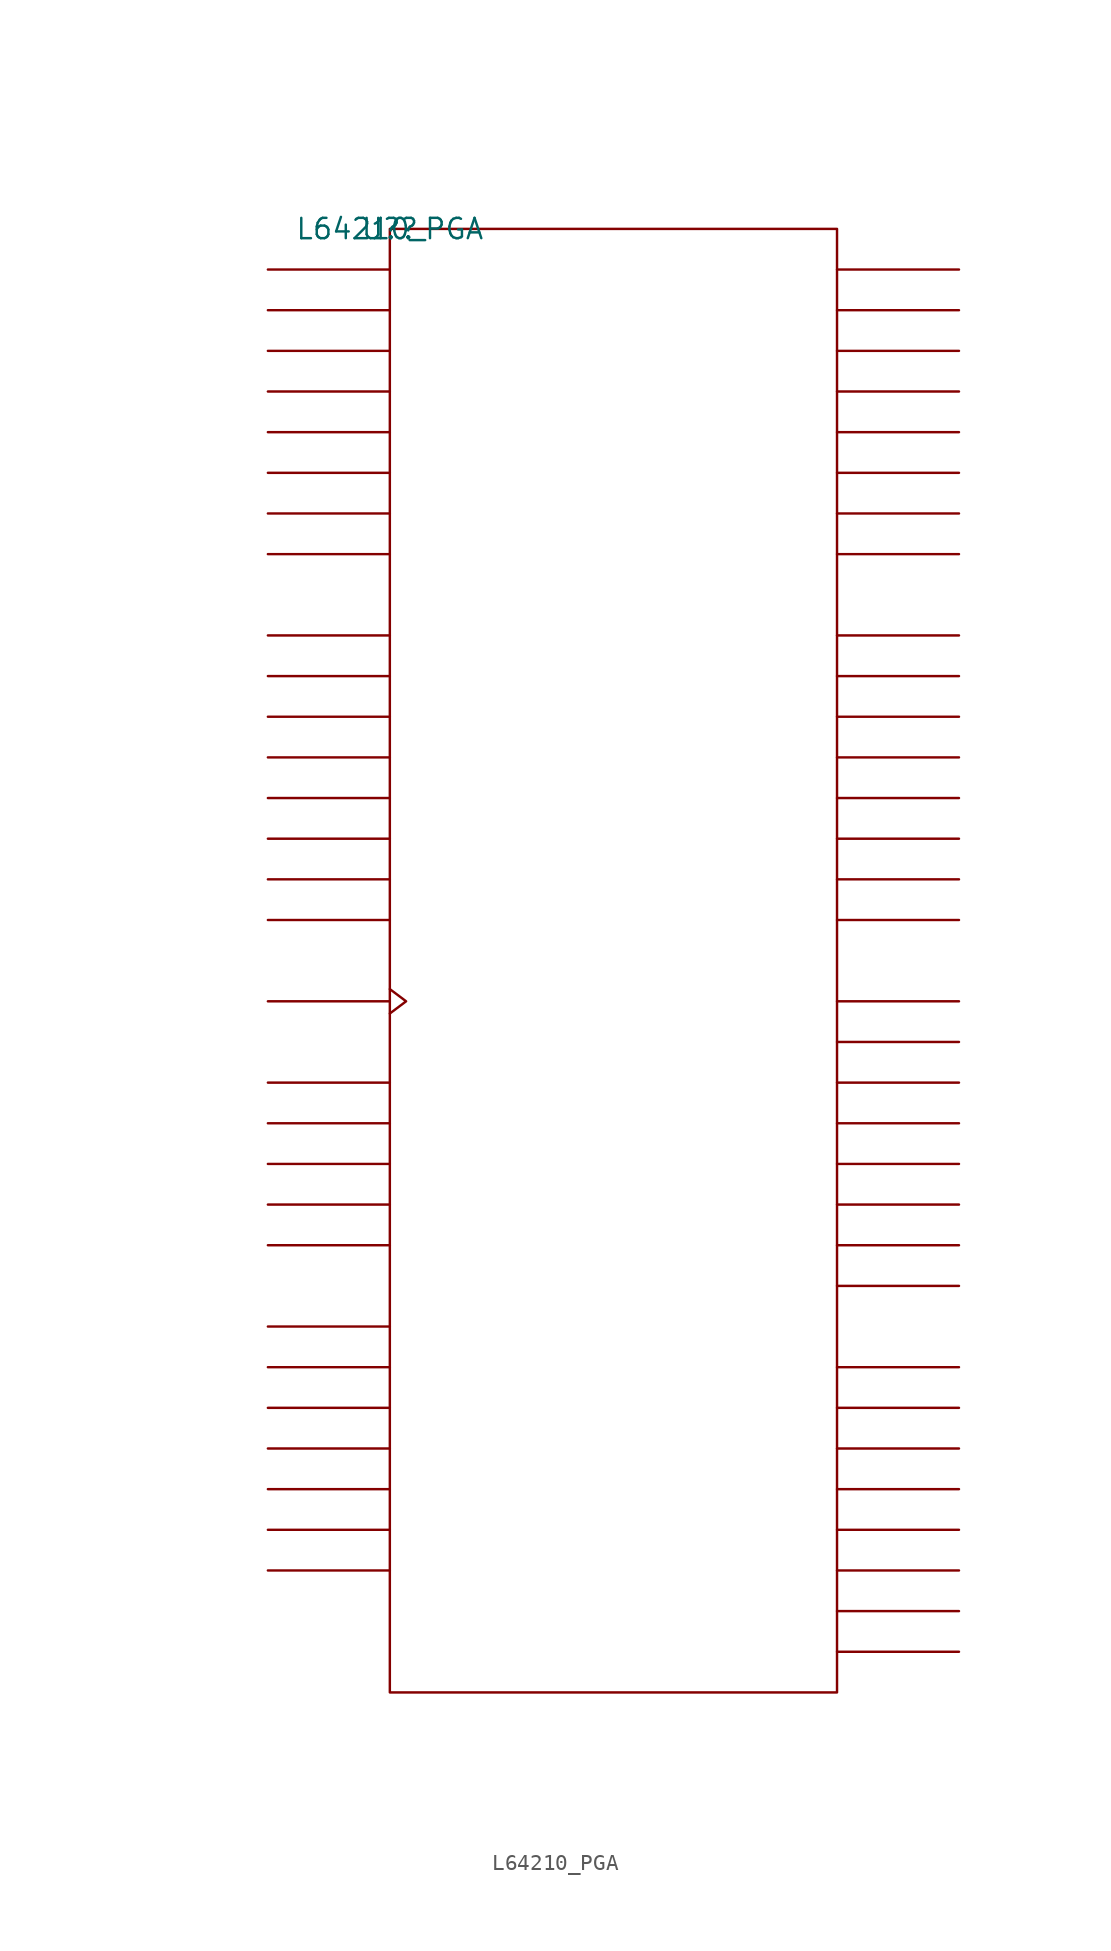
<source format=kicad_sym>
(kicad_symbol_lib
  (version 20211014)
  (generator kicad_symbol_editor)
  (symbol "L64210_PGA"
    (pin_names
      (offset 0.762))
    (property "Reference" "U?"
      (at 0 0 0)
      (effects (font (size 1.27 1.27))))
    (property "Value" "L64210_PGA"
      (at 0 0 0)
      (effects (font (size 1.27 1.27))))
    (symbol "L64210_PGA_0_1"
      (rectangle (start 0 -91.44) (end 27.94 0) (stroke (width 0) (type default) (color 0 0 0 0)) (fill (type none)))
      (polyline (pts (xy 0 -83.82) (xy -7.62 -83.82)) (stroke (width 0) (type default) (color 0 0 0 0)) (fill (type none)))
      (polyline (pts (xy 0 -81.28) (xy -7.62 -81.28)) (stroke (width 0) (type default) (color 0 0 0 0)) (fill (type none)))
      (polyline (pts (xy 0 -78.74) (xy -7.62 -78.74)) (stroke (width 0) (type default) (color 0 0 0 0)) (fill (type none)))
      (polyline (pts (xy 0 -76.2) (xy -7.62 -76.2)) (stroke (width 0) (type default) (color 0 0 0 0)) (fill (type none)))
      (polyline (pts (xy 0 -73.66) (xy -7.62 -73.66)) (stroke (width 0) (type default) (color 0 0 0 0)) (fill (type none)))
      (polyline (pts (xy 0 -71.12) (xy -7.62 -71.12)) (stroke (width 0) (type default) (color 0 0 0 0)) (fill (type none)))
      (polyline (pts (xy 0 -68.58) (xy -7.62 -68.58)) (stroke (width 0) (type default) (color 0 0 0 0)) (fill (type none)))
      (polyline (pts (xy 0 -63.5) (xy -7.62 -63.5)) (stroke (width 0) (type default) (color 0 0 0 0)) (fill (type none)))
      (polyline (pts (xy 0 -60.96) (xy -7.62 -60.96)) (stroke (width 0) (type default) (color 0 0 0 0)) (fill (type none)))
      (polyline (pts (xy 0 -58.42) (xy -7.62 -58.42)) (stroke (width 0) (type default) (color 0 0 0 0)) (fill (type none)))
      (polyline (pts (xy 0 -55.88) (xy -7.62 -55.88)) (stroke (width 0) (type default) (color 0 0 0 0)) (fill (type none)))
      (polyline (pts (xy 0 -53.34) (xy -7.62 -53.34)) (stroke (width 0) (type default) (color 0 0 0 0)) (fill (type none)))
      (polyline (pts (xy 0 -48.26) (xy -7.62 -48.26)) (stroke (width 0) (type default) (color 0 0 0 0)) (fill (type none)))
      (polyline (pts (xy 0 -43.18) (xy -7.62 -43.18)) (stroke (width 0) (type default) (color 0 0 0 0)) (fill (type none)))
      (polyline (pts (xy 0 -40.64) (xy -7.62 -40.64)) (stroke (width 0) (type default) (color 0 0 0 0)) (fill (type none)))
      (polyline (pts (xy 0 -38.1) (xy -7.62 -38.1)) (stroke (width 0) (type default) (color 0 0 0 0)) (fill (type none)))
      (polyline (pts (xy 0 -35.56) (xy -7.62 -35.56)) (stroke (width 0) (type default) (color 0 0 0 0)) (fill (type none)))
      (polyline (pts (xy 0 -33.02) (xy -7.62 -33.02)) (stroke (width 0) (type default) (color 0 0 0 0)) (fill (type none)))
      (polyline (pts (xy 0 -30.48) (xy -7.62 -30.48)) (stroke (width 0) (type default) (color 0 0 0 0)) (fill (type none)))
      (polyline (pts (xy 0 -27.94) (xy -7.62 -27.94)) (stroke (width 0) (type default) (color 0 0 0 0)) (fill (type none)))
      (polyline (pts (xy 0 -25.4) (xy -7.62 -25.4)) (stroke (width 0) (type default) (color 0 0 0 0)) (fill (type none)))
      (polyline (pts (xy 0 -20.32) (xy -7.62 -20.32)) (stroke (width 0) (type default) (color 0 0 0 0)) (fill (type none)))
      (polyline (pts (xy 0 -17.78) (xy -7.62 -17.78)) (stroke (width 0) (type default) (color 0 0 0 0)) (fill (type none)))
      (polyline (pts (xy 0 -15.24) (xy -7.62 -15.24)) (stroke (width 0) (type default) (color 0 0 0 0)) (fill (type none)))
      (polyline (pts (xy 0 -12.7) (xy -7.62 -12.7)) (stroke (width 0) (type default) (color 0 0 0 0)) (fill (type none)))
      (polyline (pts (xy 0 -10.16) (xy -7.62 -10.16)) (stroke (width 0) (type default) (color 0 0 0 0)) (fill (type none)))
      (polyline (pts (xy 0 -7.62) (xy -7.62 -7.62)) (stroke (width 0) (type default) (color 0 0 0 0)) (fill (type none)))
      (polyline (pts (xy 0 -5.08) (xy -7.62 -5.08)) (stroke (width 0) (type default) (color 0 0 0 0)) (fill (type none)))
      (polyline (pts (xy 0 -2.54) (xy -7.62 -2.54)) (stroke (width 0) (type default) (color 0 0 0 0)) (fill (type none)))
      (polyline (pts (xy 27.94 -88.9) (xy 35.56 -88.9)) (stroke (width 0) (type default) (color 0 0 0 0)) (fill (type none)))
      (polyline (pts (xy 27.94 -86.36) (xy 35.56 -86.36)) (stroke (width 0) (type default) (color 0 0 0 0)) (fill (type none)))
      (polyline (pts (xy 27.94 -83.82) (xy 35.56 -83.82)) (stroke (width 0) (type default) (color 0 0 0 0)) (fill (type none)))
      (polyline (pts (xy 27.94 -81.28) (xy 35.56 -81.28)) (stroke (width 0) (type default) (color 0 0 0 0)) (fill (type none)))
      (polyline (pts (xy 27.94 -78.74) (xy 35.56 -78.74)) (stroke (width 0) (type default) (color 0 0 0 0)) (fill (type none)))
      (polyline (pts (xy 27.94 -76.2) (xy 35.56 -76.2)) (stroke (width 0) (type default) (color 0 0 0 0)) (fill (type none)))
      (polyline (pts (xy 27.94 -73.66) (xy 35.56 -73.66)) (stroke (width 0) (type default) (color 0 0 0 0)) (fill (type none)))
      (polyline (pts (xy 27.94 -71.12) (xy 35.56 -71.12)) (stroke (width 0) (type default) (color 0 0 0 0)) (fill (type none)))
      (polyline (pts (xy 27.94 -66.04) (xy 35.56 -66.04)) (stroke (width 0) (type default) (color 0 0 0 0)) (fill (type none)))
      (polyline (pts (xy 27.94 -63.5) (xy 35.56 -63.5)) (stroke (width 0) (type default) (color 0 0 0 0)) (fill (type none)))
      (polyline (pts (xy 27.94 -60.96) (xy 35.56 -60.96)) (stroke (width 0) (type default) (color 0 0 0 0)) (fill (type none)))
      (polyline (pts (xy 27.94 -58.42) (xy 35.56 -58.42)) (stroke (width 0) (type default) (color 0 0 0 0)) (fill (type none)))
      (polyline (pts (xy 27.94 -55.88) (xy 35.56 -55.88)) (stroke (width 0) (type default) (color 0 0 0 0)) (fill (type none)))
      (polyline (pts (xy 27.94 -53.34) (xy 35.56 -53.34)) (stroke (width 0) (type default) (color 0 0 0 0)) (fill (type none)))
      (polyline (pts (xy 27.94 -50.8) (xy 35.56 -50.8)) (stroke (width 0) (type default) (color 0 0 0 0)) (fill (type none)))
      (polyline (pts (xy 27.94 -48.26) (xy 35.56 -48.26)) (stroke (width 0) (type default) (color 0 0 0 0)) (fill (type none)))
      (polyline (pts (xy 27.94 -43.18) (xy 35.56 -43.18)) (stroke (width 0) (type default) (color 0 0 0 0)) (fill (type none)))
      (polyline (pts (xy 27.94 -40.64) (xy 35.56 -40.64)) (stroke (width 0) (type default) (color 0 0 0 0)) (fill (type none)))
      (polyline (pts (xy 27.94 -38.1) (xy 35.56 -38.1)) (stroke (width 0) (type default) (color 0 0 0 0)) (fill (type none)))
      (polyline (pts (xy 27.94 -35.56) (xy 35.56 -35.56)) (stroke (width 0) (type default) (color 0 0 0 0)) (fill (type none)))
      (polyline (pts (xy 27.94 -33.02) (xy 35.56 -33.02)) (stroke (width 0) (type default) (color 0 0 0 0)) (fill (type none)))
      (polyline (pts (xy 27.94 -30.48) (xy 35.56 -30.48)) (stroke (width 0) (type default) (color 0 0 0 0)) (fill (type none)))
      (polyline (pts (xy 27.94 -27.94) (xy 35.56 -27.94)) (stroke (width 0) (type default) (color 0 0 0 0)) (fill (type none)))
      (polyline (pts (xy 27.94 -25.4) (xy 35.56 -25.4)) (stroke (width 0) (type default) (color 0 0 0 0)) (fill (type none)))
      (polyline (pts (xy 27.94 -20.32) (xy 35.56 -20.32)) (stroke (width 0) (type default) (color 0 0 0 0)) (fill (type none)))
      (polyline (pts (xy 27.94 -17.78) (xy 35.56 -17.78)) (stroke (width 0) (type default) (color 0 0 0 0)) (fill (type none)))
      (polyline (pts (xy 27.94 -15.24) (xy 35.56 -15.24)) (stroke (width 0) (type default) (color 0 0 0 0)) (fill (type none)))
      (polyline (pts (xy 27.94 -12.7) (xy 35.56 -12.7)) (stroke (width 0) (type default) (color 0 0 0 0)) (fill (type none)))
      (polyline (pts (xy 27.94 -10.16) (xy 35.56 -10.16)) (stroke (width 0) (type default) (color 0 0 0 0)) (fill (type none)))
      (polyline (pts (xy 27.94 -7.62) (xy 35.56 -7.62)) (stroke (width 0) (type default) (color 0 0 0 0)) (fill (type none)))
      (polyline (pts (xy 27.94 -5.08) (xy 35.56 -5.08)) (stroke (width 0) (type default) (color 0 0 0 0)) (fill (type none)))
      (polyline (pts (xy 27.94 -2.54) (xy 35.56 -2.54)) (stroke (width 0) (type default) (color 0 0 0 0)) (fill (type none)))
      (polyline (pts (xy 0 -47.498) (xy 1.016 -48.26) (xy 0 -49.022)) (stroke (width 0) (type default) (color 0 0 0 0)) (fill (type none))))
    (symbol "L64210_PGA_1_1"
      (pin unspecified line (at 35.56 -30.48 180) (length 7.62) hide (name "DO1.2" (effects (font (size 1.245 1.245)))) (number "A10" (effects (font (size 1.245 1.245)))))
      (pin unspecified line (at 35.56 -66.04 180) (length 7.62) hide (name "DO2.7" (effects (font (size 1.245 1.245)))) (number "A2" (effects (font (size 1.245 1.245)))))
      (pin unspecified line (at 35.56 -63.5 180) (length 7.62) hide (name "DO2.6" (effects (font (size 1.245 1.245)))) (number "A3" (effects (font (size 1.245 1.245)))))
      (pin unspecified line (at 35.56 -58.42 180) (length 7.62) hide (name "DO2.4" (effects (font (size 1.245 1.245)))) (number "A4" (effects (font (size 1.245 1.245)))))
      (pin unspecified line (at 35.56 -53.34 180) (length 7.62) hide (name "DO2.2" (effects (font (size 1.245 1.245)))) (number "A5" (effects (font (size 1.245 1.245)))))
      (pin unspecified line (at 35.56 -48.26 180) (length 7.62) hide (name "DO2.0" (effects (font (size 1.245 1.245)))) (number "A6" (effects (font (size 1.245 1.245)))))
      (pin power_in line (at -7.62 -68.58 0) (length 7.62) hide (name "VDD" (effects (font (size 1.245 1.245)))) (number "A7" (effects (font (size 1.245 1.245)))))
      (pin unspecified line (at 35.56 -40.64 180) (length 7.62) hide (name "DO1.6" (effects (font (size 1.245 1.245)))) (number "A8" (effects (font (size 1.245 1.245)))))
      (pin unspecified line (at 35.56 -35.56 180) (length 7.62) hide (name "DO1.4" (effects (font (size 1.245 1.245)))) (number "A9" (effects (font (size 1.245 1.245)))))
      (pin power_in line (at 2.54 -91.44 0) (length 7.62) hide (name "GND" (effects (font (size 1.245 1.245)))) (number "B1" (effects (font (size 1.245 1.245)))))
      (pin unspecified line (at 35.56 -27.94 180) (length 7.62) hide (name "DO1.1" (effects (font (size 1.245 1.245)))) (number "B10" (effects (font (size 1.245 1.245)))))
      (pin unspecified line (at 35.56 -25.4 180) (length 7.62) hide (name "DO1.0" (effects (font (size 1.245 1.245)))) (number "B11" (effects (font (size 1.245 1.245)))))
      (pin power_in line (at -7.62 -71.12 0) (length 7.62) hide (name "VDD" (effects (font (size 1.245 1.245)))) (number "B2" (effects (font (size 1.245 1.245)))))
      (pin unspecified line (at 35.56 -60.96 180) (length 7.62) hide (name "DO2.5" (effects (font (size 1.245 1.245)))) (number "B3" (effects (font (size 1.245 1.245)))))
      (pin unspecified line (at 35.56 -55.88 180) (length 7.62) hide (name "DO2.3" (effects (font (size 1.245 1.245)))) (number "B4" (effects (font (size 1.245 1.245)))))
      (pin unspecified line (at 35.56 -50.8 180) (length 7.62) hide (name "DO2.1" (effects (font (size 1.245 1.245)))) (number "B5" (effects (font (size 1.245 1.245)))))
      (pin power_in line (at 5.08 -91.44 0) (length 7.62) hide (name "GND" (effects (font (size 1.245 1.245)))) (number "B6" (effects (font (size 1.245 1.245)))))
      (pin unspecified line (at 35.56 -43.18 180) (length 7.62) hide (name "DO1.7" (effects (font (size 1.245 1.245)))) (number "B7" (effects (font (size 1.245 1.245)))))
      (pin unspecified line (at 35.56 -38.1 180) (length 7.62) hide (name "DO1.5" (effects (font (size 1.245 1.245)))) (number "B8" (effects (font (size 1.245 1.245)))))
      (pin unspecified line (at 35.56 -33.02 180) (length 7.62) hide (name "DO1.3" (effects (font (size 1.245 1.245)))) (number "B9" (effects (font (size 1.245 1.245)))))
      (pin unspecified line (at 35.56 -73.66 180) (length 7.62) hide (name "DO3.1" (effects (font (size 1.245 1.245)))) (number "C1" (effects (font (size 1.245 1.245)))))
      (pin power_in line (at -7.62 -73.66 0) (length 7.62) hide (name "VDD" (effects (font (size 1.245 1.245)))) (number "C10" (effects (font (size 1.245 1.245)))))
      (pin power_in line (at 7.62 -91.44 0) (length 7.62) hide (name "GND" (effects (font (size 1.245 1.245)))) (number "C11" (effects (font (size 1.245 1.245)))))
      (pin unspecified line (at 35.56 -71.12 180) (length 7.62) hide (name "DO3.0" (effects (font (size 1.245 1.245)))) (number "C2" (effects (font (size 1.245 1.245)))))
      (pin unspecified line (at 35.56 -78.74 180) (length 7.62) hide (name "DO3.3" (effects (font (size 1.245 1.245)))) (number "D1" (effects (font (size 1.245 1.245)))))
      (pin unspecified line (at 35.56 -17.78 180) (length 7.62) hide (name "DO0.6" (effects (font (size 1.245 1.245)))) (number "D10" (effects (font (size 1.245 1.245)))))
      (pin unspecified line (at 35.56 -20.32 180) (length 7.62) hide (name "DO0.7" (effects (font (size 1.245 1.245)))) (number "D11" (effects (font (size 1.245 1.245)))))
      (pin unspecified line (at 35.56 -76.2 180) (length 7.62) hide (name "DO3.2" (effects (font (size 1.245 1.245)))) (number "D2" (effects (font (size 1.245 1.245)))))
      (pin unspecified line (at 35.56 -83.82 180) (length 7.62) hide (name "DO3.5" (effects (font (size 1.245 1.245)))) (number "E1" (effects (font (size 1.245 1.245)))))
      (pin unspecified line (at 35.56 -12.7 180) (length 7.62) hide (name "DO0.4" (effects (font (size 1.245 1.245)))) (number "E10" (effects (font (size 1.245 1.245)))))
      (pin unspecified line (at 35.56 -15.24 180) (length 7.62) hide (name "DO0.5" (effects (font (size 1.245 1.245)))) (number "E11" (effects (font (size 1.245 1.245)))))
      (pin unspecified line (at 35.56 -81.28 180) (length 7.62) hide (name "DO3.4" (effects (font (size 1.245 1.245)))) (number "E2" (effects (font (size 1.245 1.245)))))
      (pin unspecified line (at 35.56 -88.9 180) (length 7.62) hide (name "DO3.7" (effects (font (size 1.245 1.245)))) (number "F1" (effects (font (size 1.245 1.245)))))
      (pin unspecified line (at 35.56 -7.62 180) (length 7.62) hide (name "DO0.2" (effects (font (size 1.245 1.245)))) (number "F10" (effects (font (size 1.245 1.245)))))
      (pin unspecified line (at 35.56 -10.16 180) (length 7.62) hide (name "DO0.3" (effects (font (size 1.245 1.245)))) (number "F11" (effects (font (size 1.245 1.245)))))
      (pin unspecified line (at 35.56 -86.36 180) (length 7.62) hide (name "DO3.6" (effects (font (size 1.245 1.245)))) (number "F2" (effects (font (size 1.245 1.245)))))
      (pin power_in line (at 10.16 -91.44 0) (length 7.62) hide (name "GND" (effects (font (size 1.245 1.245)))) (number "G1" (effects (font (size 1.245 1.245)))))
      (pin unspecified line (at 35.56 -2.54 180) (length 7.62) hide (name "DO0.0" (effects (font (size 1.245 1.245)))) (number "G10" (effects (font (size 1.245 1.245)))))
      (pin unspecified line (at 35.56 -5.08 180) (length 7.62) hide (name "DO0.1" (effects (font (size 1.245 1.245)))) (number "G11" (effects (font (size 1.245 1.245)))))
      (pin power_in line (at -7.62 -76.2 0) (length 7.62) hide (name "VDD" (effects (font (size 1.245 1.245)))) (number "G2" (effects (font (size 1.245 1.245)))))
      (pin unspecified line (at -7.62 -27.94 0) (length 7.62) hide (name "CI1" (effects (font (size 1.245 1.245)))) (number "H1" (effects (font (size 1.245 1.245)))))
      (pin power_in line (at -7.62 -78.74 0) (length 7.62) hide (name "VDD" (effects (font (size 1.245 1.245)))) (number "H10" (effects (font (size 1.245 1.245)))))
      (pin power_in line (at 12.7 -91.44 0) (length 7.62) hide (name "GND" (effects (font (size 1.245 1.245)))) (number "H11" (effects (font (size 1.245 1.245)))))
      (pin unspecified line (at -7.62 -25.4 0) (length 7.62) hide (name "CI0" (effects (font (size 1.245 1.245)))) (number "H2" (effects (font (size 1.245 1.245)))))
      (pin unspecified line (at -7.62 -33.02 0) (length 7.62) hide (name "CI3" (effects (font (size 1.245 1.245)))) (number "J1" (effects (font (size 1.245 1.245)))))
      (pin unspecified line (at -7.62 -5.08 0) (length 7.62) hide (name "DI1" (effects (font (size 1.245 1.245)))) (number "J10" (effects (font (size 1.245 1.245)))))
      (pin unspecified line (at -7.62 -2.54 0) (length 7.62) hide (name "DI0" (effects (font (size 1.245 1.245)))) (number "J11" (effects (font (size 1.245 1.245)))))
      (pin unspecified line (at -7.62 -30.48 0) (length 7.62) hide (name "CI2" (effects (font (size 1.245 1.245)))) (number "J2" (effects (font (size 1.245 1.245)))))
      (pin unspecified line (at -7.62 -35.56 0) (length 7.62) hide (name "CI4" (effects (font (size 1.245 1.245)))) (number "K1" (effects (font (size 1.245 1.245)))))
      (pin unspecified line (at -7.62 -10.16 0) (length 7.62) hide (name "DI3" (effects (font (size 1.245 1.245)))) (number "K10" (effects (font (size 1.245 1.245)))))
      (pin unspecified line (at -7.62 -7.62 0) (length 7.62) hide (name "DI2" (effects (font (size 1.245 1.245)))) (number "K11" (effects (font (size 1.245 1.245)))))
      (pin unspecified line (at -7.62 -38.1 0) (length 7.62) hide (name "CI5" (effects (font (size 1.245 1.245)))) (number "K2" (effects (font (size 1.245 1.245)))))
      (pin unspecified line (at -7.62 -53.34 0) (length 7.62) hide (name "A\\L\\" (effects (font (size 1.245 1.245)))) (number "K3" (effects (font (size 1.245 1.245)))))
      (pin unspecified line (at -7.62 -43.18 0) (length 7.62) hide (name "CI7" (effects (font (size 1.245 1.245)))) (number "K4" (effects (font (size 1.245 1.245)))))
      (pin unspecified line (at -7.62 -60.96 0) (length 7.62) hide (name "T\\E\\S\\T\\" (effects (font (size 1.245 1.245)))) (number "K5" (effects (font (size 1.245 1.245)))))
      (pin power_in line (at 15.24 -91.44 0) (length 7.62) hide (name "GND" (effects (font (size 1.245 1.245)))) (number "K6" (effects (font (size 1.245 1.245)))))
      (pin unspecified line (at -7.62 -48.26 180) (length 7.62) hide (name "CLK" (effects (font (size 1.245 1.245)))) (number "K7" (effects (font (size 1.245 1.245)))))
      (pin unspecified line (at -7.62 -17.78 0) (length 7.62) hide (name "DI6" (effects (font (size 1.245 1.245)))) (number "K8" (effects (font (size 1.245 1.245)))))
      (pin unspecified line (at -7.62 -12.7 0) (length 7.62) hide (name "DI4" (effects (font (size 1.245 1.245)))) (number "K9" (effects (font (size 1.245 1.245)))))
      (pin power_in line (at -7.62 -83.82 0) (length 7.62) hide (name "VDD" (effects (font (size 1.245 1.245)))) (number "L10" (effects (font (size 1.245 1.245)))))
      (pin unspecified line (at -7.62 -40.64 0) (length 7.62) hide (name "CI6" (effects (font (size 1.245 1.245)))) (number "L2" (effects (font (size 1.245 1.245)))))
      (pin unspecified line (at -7.62 -63.5 0) (length 7.62) hide (name "W\\E\\" (effects (font (size 1.245 1.245)))) (number "L3" (effects (font (size 1.245 1.245)))))
      (pin unspecified line (at -7.62 -55.88 0) (length 7.62) hide (name "F\\L\\U\\S\\H\\" (effects (font (size 1.245 1.245)))) (number "L4" (effects (font (size 1.245 1.245)))))
      (pin power_in line (at -7.62 -81.28 0) (length 7.62) hide (name "VDD" (effects (font (size 1.245 1.245)))) (number "L5" (effects (font (size 1.245 1.245)))))
      (pin unspecified line (at -7.62 -58.42 0) (length 7.62) hide (name "SH/H\\L\\D\\" (effects (font (size 1.245 1.245)))) (number "L6" (effects (font (size 1.245 1.245)))))
      (pin unspecified line (at -7.62 -20.32 0) (length 7.62) hide (name "DI7" (effects (font (size 1.245 1.245)))) (number "L7" (effects (font (size 1.245 1.245)))))
      (pin unspecified line (at -7.62 -15.24 0) (length 7.62) hide (name "DI5" (effects (font (size 1.245 1.245)))) (number "L8" (effects (font (size 1.245 1.245)))))
      (pin power_in line (at 17.78 -91.44 0) (length 7.62) hide (name "GND" (effects (font (size 1.245 1.245)))) (number "L9" (effects (font (size 1.245 1.245))))))))
</source>
